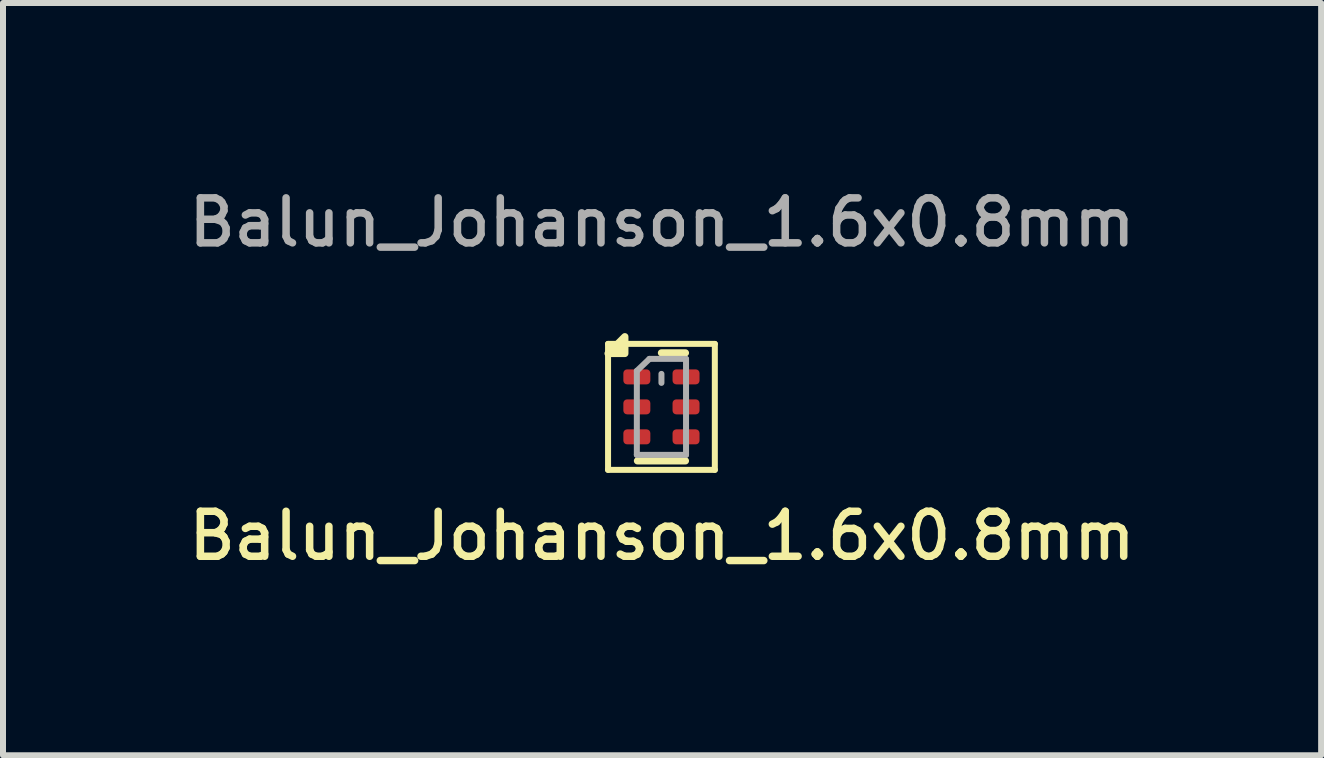
<source format=kicad_pcb>
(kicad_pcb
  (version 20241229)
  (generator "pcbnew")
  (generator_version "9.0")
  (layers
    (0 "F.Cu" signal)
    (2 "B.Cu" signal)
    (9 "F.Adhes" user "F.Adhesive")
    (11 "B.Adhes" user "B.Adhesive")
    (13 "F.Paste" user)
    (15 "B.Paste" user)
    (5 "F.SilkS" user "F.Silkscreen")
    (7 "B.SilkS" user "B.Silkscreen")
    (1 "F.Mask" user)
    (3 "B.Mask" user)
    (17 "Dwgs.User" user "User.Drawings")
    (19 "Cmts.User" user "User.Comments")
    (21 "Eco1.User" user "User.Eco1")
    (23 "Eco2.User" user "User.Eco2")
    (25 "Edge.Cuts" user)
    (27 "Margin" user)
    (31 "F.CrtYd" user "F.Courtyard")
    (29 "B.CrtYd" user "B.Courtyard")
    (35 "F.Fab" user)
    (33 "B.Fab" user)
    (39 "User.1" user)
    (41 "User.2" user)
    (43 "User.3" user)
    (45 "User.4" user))
  (footprint "Balun_Johanson_1.6x0.8mm"
    (layer "F.Cu")
    (at 7.977 3.733)
    (property "Reference" "Balun_Johanson_1.6x0.8mm" (at 0.01 2.15 0) (layer "F.SilkS") (effects (font (size 0.75 0.75) (thickness 0.125))))
    (attr smd)
    (fp_line (start -0.89 -1.05) (end 0.89 -1.05) (stroke (width 0.1) (type solid)) (layer "F.SilkS"))
    (fp_line (start -0.89 1.05) (end -0.89 -1.05) (stroke (width 0.1) (type solid)) (layer "F.SilkS"))
    (fp_line (start -0.4 0.9) (end 0.4 0.9) (stroke (width 0.12) (type solid)) (layer "F.SilkS"))
    (fp_line (start 0 -0.9) (end 0.4 -0.9) (stroke (width 0.12) (type solid)) (layer "F.SilkS"))
    (fp_line (start 0.89 -1.05) (end 0.89 1.05) (stroke (width 0.1) (type solid)) (layer "F.SilkS"))
    (fp_line (start 0.89 1.05) (end -0.89 1.05) (stroke (width 0.1) (type solid)) (layer "F.SilkS"))
    (fp_poly (pts (xy -0.61 -0.89) (xy -0.89 -0.89) (xy -0.61 -1.17) (xy -0.61 -0.89)) (stroke (width 0.12) (type solid)) (fill yes) (layer "F.SilkS"))
    (fp_line (start -0.41 -0.6) (end -0.41 0.8) (stroke (width 0.1) (type solid)) (layer "F.Fab"))
    (fp_line (start -0.41 -0.6) (end -0.2 -0.8) (stroke (width 0.1) (type solid)) (layer "F.Fab"))
    (fp_line (start -0.41 0.8) (end 0.41 0.8) (stroke (width 0.1) (type solid)) (layer "F.Fab"))
    (fp_line (start 0 -0.55) (end 0 -0.4) (stroke (width 0.1) (type solid)) (layer "F.Fab"))
    (fp_line (start 0.41 -0.8) (end -0.2 -0.8) (stroke (width 0.1) (type solid)) (layer "F.Fab"))
    (fp_line (start 0.41 0.8) (end 0.41 -0.8) (stroke (width 0.1) (type solid)) (layer "F.Fab"))
    (fp_text user "${REFERENCE}" (at 0.01 -3.075 0) (layer "F.Fab") (effects (font (size 0.75 0.75) (thickness 0.125))))
    (pad "1" smd roundrect (at -0.41 -0.5 180) (size 0.45 0.25) (layers "F.Cu" "F.Mask" "F.Paste") (roundrect_rratio 0.25))
    (pad "2" smd roundrect (at -0.41 0) (size 0.45 0.25) (layers "F.Cu" "F.Mask" "F.Paste") (roundrect_rratio 0.25))
    (pad "3" smd roundrect (at -0.41 0.5) (size 0.45 0.25) (layers "F.Cu" "F.Mask" "F.Paste") (roundrect_rratio 0.25))
    (pad "4" smd roundrect (at 0.41 0.5) (size 0.45 0.25) (layers "F.Cu" "F.Mask" "F.Paste") (roundrect_rratio 0.25))
    (pad "5" smd roundrect (at 0.41 0) (size 0.45 0.25) (layers "F.Cu" "F.Mask" "F.Paste") (roundrect_rratio 0.25))
    (pad "6" smd roundrect (at 0.41 -0.5) (size 0.45 0.25) (layers "F.Cu" "F.Mask" "F.Paste") (roundrect_rratio 0.25)))
  (gr_rect
    (start -3 -3)
    (end 18.975 9.541)
    (stroke (width 0.1) (type default))
    (fill no)
    (layer "Edge.Cuts")))
</source>
